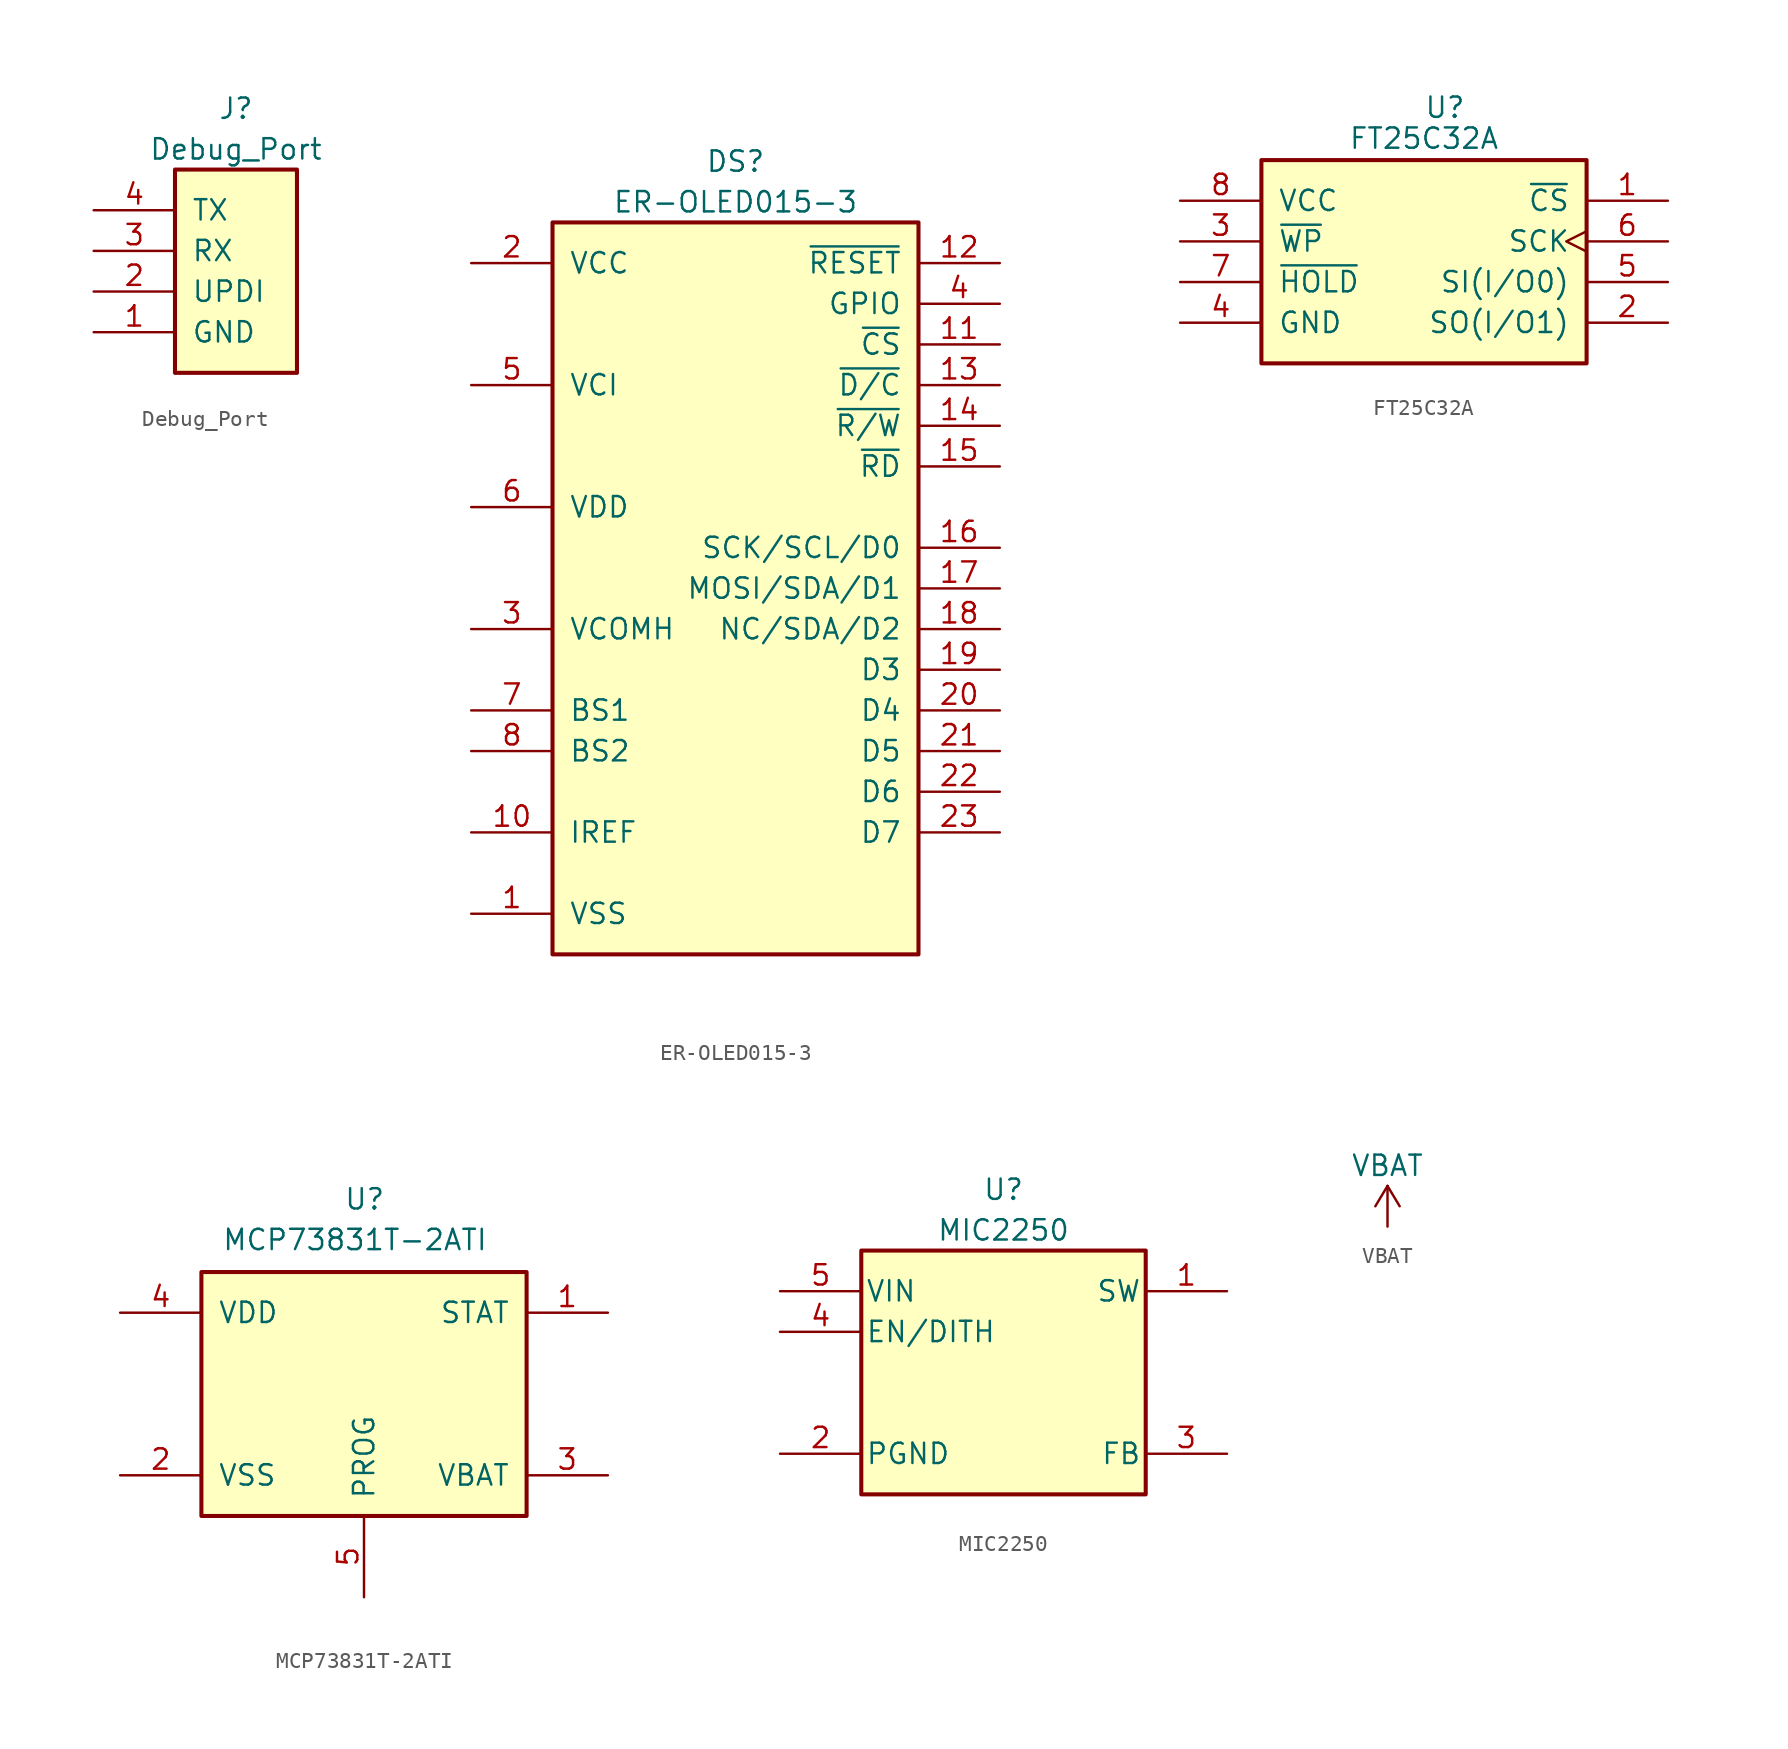
<source format=kicad_sym>
(kicad_symbol_lib
  (version 20211014)
  (generator kicad_symbol_editor)
  (symbol "Debug_Port"
    (pin_names
      (offset 1.016))
    (property "Reference" "J"
      (at -1.27 1.27 0)
      (effects (font (size 1.27 1.27))))
    (property "Value" "Debug_Port"
      (at -1.27 -1.27 0)
      (effects (font (size 1.27 1.27))))
    (symbol "Debug_Port_0_0"
      (pin power_in line (at -10.16 -12.7 0) (length 5.08) (name "GND" (effects (font (size 1.27 1.27)))) (number "1" (effects (font (size 1.27 1.27)))))
      (pin bidirectional line (at -10.16 -10.16 0) (length 5.08) (name "UPDI" (effects (font (size 1.27 1.27)))) (number "2" (effects (font (size 1.27 1.27)))))
      (pin input line (at -10.16 -7.62 0) (length 5.08) (name "RX" (effects (font (size 1.27 1.27)))) (number "3" (effects (font (size 1.27 1.27)))))
      (pin output line (at -10.16 -5.08 0) (length 5.08) (name "TX" (effects (font (size 1.27 1.27)))) (number "4" (effects (font (size 1.27 1.27))))))
    (symbol "Debug_Port_0_1"
      (rectangle (start -5.08 -2.54) (end 2.54 -15.24) (stroke (width 0.254) (type default) (color 0 0 0 0)) (fill (type background)))))
  (symbol "ER-OLED015-3"
    (pin_names
      (offset 1.016))
    (property "Reference" "DS"
      (at 2.54 11.43 0)
      (effects (font (size 1.27 1.27))))
    (property "Value" "ER-OLED015-3"
      (at 2.54 8.89 0)
      (effects (font (size 1.27 1.27))))
    (symbol "ER-OLED015-3_0_0"
      (pin power_in line (at -13.97 -35.56 0) (length 5.08) (name "VSS" (effects (font (size 1.27 1.27)))) (number "1" (effects (font (size 1.27 1.27)))))
      (pin input line (at -13.97 -30.48 0) (length 5.08) (name "IREF" (effects (font (size 1.27 1.27)))) (number "10" (effects (font (size 1.27 1.27)))))
      (pin input line (at 19.05 0 180) (length 5.08) (name "~{CS}" (effects (font (size 1.27 1.27)))) (number "11" (effects (font (size 1.27 1.27)))))
      (pin input line (at 19.05 5.08 180) (length 5.08) (name "~{RESET}" (effects (font (size 1.27 1.27)))) (number "12" (effects (font (size 1.27 1.27)))))
      (pin input line (at 19.05 -2.54 180) (length 5.08) (name "~{D/C}" (effects (font (size 1.27 1.27)))) (number "13" (effects (font (size 1.27 1.27)))))
      (pin input line (at 19.05 -5.08 180) (length 5.08) (name "~{R/W}" (effects (font (size 1.27 1.27)))) (number "14" (effects (font (size 1.27 1.27)))))
      (pin input line (at 19.05 -7.62 180) (length 5.08) (name "~{RD}" (effects (font (size 1.27 1.27)))) (number "15" (effects (font (size 1.27 1.27)))))
      (pin input line (at 19.05 -12.7 180) (length 5.08) (name "SCK/SCL/D0" (effects (font (size 1.27 1.27)))) (number "16" (effects (font (size 1.27 1.27)))))
      (pin input line (at 19.05 -15.24 180) (length 5.08) (name "MOSI/SDA/D1" (effects (font (size 1.27 1.27)))) (number "17" (effects (font (size 1.27 1.27)))))
      (pin input line (at 19.05 -17.78 180) (length 5.08) (name "NC/SDA/D2" (effects (font (size 1.27 1.27)))) (number "18" (effects (font (size 1.27 1.27)))))
      (pin input line (at 19.05 -20.32 180) (length 5.08) (name "D3" (effects (font (size 1.27 1.27)))) (number "19" (effects (font (size 1.27 1.27)))))
      (pin power_in line (at -13.97 5.08 0) (length 5.08) (name "VCC" (effects (font (size 1.27 1.27)))) (number "2" (effects (font (size 1.27 1.27)))))
      (pin input line (at 19.05 -22.86 180) (length 5.08) (name "D4" (effects (font (size 1.27 1.27)))) (number "20" (effects (font (size 1.27 1.27)))))
      (pin input line (at 19.05 -25.4 180) (length 5.08) (name "D5" (effects (font (size 1.27 1.27)))) (number "21" (effects (font (size 1.27 1.27)))))
      (pin input line (at 19.05 -27.94 180) (length 5.08) (name "D6" (effects (font (size 1.27 1.27)))) (number "22" (effects (font (size 1.27 1.27)))))
      (pin input line (at 19.05 -30.48 180) (length 5.08) (name "D7" (effects (font (size 1.27 1.27)))) (number "23" (effects (font (size 1.27 1.27)))))
      (pin power_in line (at -13.97 5.08 0) (length 5.08) hide (name "VCC" (effects (font (size 1.27 1.27)))) (number "24" (effects (font (size 1.27 1.27)))))
      (pin power_in line (at -13.97 -35.56 0) (length 5.08) hide (name "VSS" (effects (font (size 1.27 1.27)))) (number "25" (effects (font (size 1.27 1.27)))))
      (pin input line (at -13.97 -17.78 0) (length 5.08) (name "VCOMH" (effects (font (size 1.27 1.27)))) (number "3" (effects (font (size 1.27 1.27)))))
      (pin bidirectional line (at 19.05 2.54 180) (length 5.08) (name "GPIO" (effects (font (size 1.27 1.27)))) (number "4" (effects (font (size 1.27 1.27)))))
      (pin power_in line (at -13.97 -2.54 0) (length 5.08) (name "VCI" (effects (font (size 1.27 1.27)))) (number "5" (effects (font (size 1.27 1.27)))))
      (pin power_in line (at -13.97 -10.16 0) (length 5.08) (name "VDD" (effects (font (size 1.27 1.27)))) (number "6" (effects (font (size 1.27 1.27)))))
      (pin input line (at -13.97 -22.86 0) (length 5.08) (name "BS1" (effects (font (size 1.27 1.27)))) (number "7" (effects (font (size 1.27 1.27)))))
      (pin input line (at -13.97 -25.4 0) (length 5.08) (name "BS2" (effects (font (size 1.27 1.27)))) (number "8" (effects (font (size 1.27 1.27)))))
      (pin power_in line (at -13.97 -35.56 0) (length 5.08) hide (name "VSS" (effects (font (size 1.27 1.27)))) (number "9" (effects (font (size 1.27 1.27))))))
    (symbol "ER-OLED015-3_0_1"
      (rectangle (start -8.89 7.62) (end 13.97 -38.1) (stroke (width 0.254) (type default) (color 0 0 0 0)) (fill (type background)))))
  (symbol "FT25C32A"
    (pin_names
      (offset 1.016))
    (property "Reference" "U"
      (at 0 15.24 0)
      (effects (font (size 1.27 1.27)) (justify left bottom)))
    (property "Value" "FT25C32A"
      (at -4.724 13.31 0)
      (effects (font (size 1.27 1.27)) (justify left bottom)))
    (symbol "FT25C32A_0_0"
      (rectangle (start -10.16 0) (end 10.16 12.7) (stroke (width 0.254) (type default) (color 0 0 0 0)) (fill (type background)))
      (pin input line (at 15.24 10.16 180) (length 5.08) (name "~{CS}" (effects (font (size 1.27 1.27)))) (number "1" (effects (font (size 1.27 1.27)))))
      (pin bidirectional line (at 15.24 2.54 180) (length 5.08) (name "SO(I/O1)" (effects (font (size 1.27 1.27)))) (number "2" (effects (font (size 1.27 1.27)))))
      (pin input line (at -15.24 7.62 0) (length 5.08) (name "~{WP}" (effects (font (size 1.27 1.27)))) (number "3" (effects (font (size 1.27 1.27)))))
      (pin power_in line (at -15.24 2.54 0) (length 5.08) (name "GND" (effects (font (size 1.27 1.27)))) (number "4" (effects (font (size 1.27 1.27)))))
      (pin bidirectional line (at 15.24 5.08 180) (length 5.08) (name "SI(I/O0)" (effects (font (size 1.27 1.27)))) (number "5" (effects (font (size 1.27 1.27)))))
      (pin input clock (at 15.24 7.62 180) (length 5.08) (name "SCK" (effects (font (size 1.27 1.27)))) (number "6" (effects (font (size 1.27 1.27)))))
      (pin input line (at -15.24 5.08 0) (length 5.08) (name "~{HOLD}" (effects (font (size 1.27 1.27)))) (number "7" (effects (font (size 1.27 1.27)))))
      (pin power_in line (at -15.24 10.16 0) (length 5.08) (name "VCC" (effects (font (size 1.27 1.27)))) (number "8" (effects (font (size 1.27 1.27)))))))
  (symbol "MCP73831T-2ATI"
    (pin_names
      (offset 1.016))
    (property "Reference" "U"
      (at -1.27 11.43 0)
      (effects (font (size 1.27 1.27)) (justify left bottom)))
    (property "Value" "MCP73831T-2ATI"
      (at -8.89 8.89 0)
      (effects (font (size 1.27 1.27)) (justify left bottom)))
    (symbol "MCP73831T-2ATI_0_0"
      (rectangle (start -10.16 -7.62) (end 10.16 7.62) (stroke (width 0.254) (type default) (color 0 0 0 0)) (fill (type background)))
      (pin output line (at 15.24 5.08 180) (length 5.08) (name "STAT" (effects (font (size 1.27 1.27)))) (number "1" (effects (font (size 1.27 1.27)))))
      (pin power_in line (at -15.24 -5.08 0) (length 5.08) (name "VSS" (effects (font (size 1.27 1.27)))) (number "2" (effects (font (size 1.27 1.27)))))
      (pin output line (at 15.24 -5.08 180) (length 5.08) (name "VBAT" (effects (font (size 1.27 1.27)))) (number "3" (effects (font (size 1.27 1.27)))))
      (pin power_in line (at -15.24 5.08 0) (length 5.08) (name "VDD" (effects (font (size 1.27 1.27)))) (number "4" (effects (font (size 1.27 1.27)))))
      (pin input line (at 0 -12.7 90) (length 5.08) (name "PROG" (effects (font (size 1.27 1.27)))) (number "5" (effects (font (size 1.27 1.27)))))))
  (symbol "MIC2250"
    (pin_names
      (offset 0.254))
    (property "Reference" "U"
      (at 16.51 7.62 0)
      (effects (font (size 1.27 1.27))))
    (property "Value" "MIC2250"
      (at 16.51 5.08 0)
      (effects (font (size 1.27 1.27))))
    (property "Datasheet" ""
      (at 2.54 0 0)
      (effects (font (size 1.524 1.524))))
    (symbol "MIC2250_1_1"
      (rectangle (start 7.62 3.81) (end 25.4 -11.43) (stroke (width 0.254) (type default) (color 0 0 0 0)) (fill (type background)))
      (pin input line (at 30.48 1.27 180) (length 5.08) (name "SW" (effects (font (size 1.27 1.27)))) (number "1" (effects (font (size 1.27 1.27)))))
      (pin power_in line (at 2.54 -8.89 0) (length 5.08) (name "PGND" (effects (font (size 1.27 1.27)))) (number "2" (effects (font (size 1.27 1.27)))))
      (pin input line (at 30.48 -8.89 180) (length 5.08) (name "FB" (effects (font (size 1.27 1.27)))) (number "3" (effects (font (size 1.27 1.27)))))
      (pin input line (at 2.54 -1.27 0) (length 5.08) (name "EN/DITH" (effects (font (size 1.27 1.27)))) (number "4" (effects (font (size 1.27 1.27)))))
      (pin input line (at 2.54 1.27 0) (length 5.08) (name "VIN" (effects (font (size 1.27 1.27)))) (number "5" (effects (font (size 1.27 1.27)))))))
  (symbol "VBAT"
    (power)
    (pin_names
      (offset 0))
    (property "Reference" "#PWR"
      (at 0 -3.81 0)
      (effects (font (size 1.27 1.27)) hide))
    (property "Value" "VBAT"
      (at 0 3.81 0)
      (effects (font (size 1.27 1.27))))
    (symbol "VBAT_0_1"
      (polyline (pts (xy -0.762 1.27) (xy 0 2.54)) (stroke (width 0) (type default) (color 0 0 0 0)) (fill (type none)))
      (polyline (pts (xy 0 0) (xy 0 2.54)) (stroke (width 0) (type default) (color 0 0 0 0)) (fill (type none)))
      (polyline (pts (xy 0 2.54) (xy 0.762 1.27)) (stroke (width 0) (type default) (color 0 0 0 0)) (fill (type none))))
    (symbol "VBAT_1_1"
      (pin power_in line (at 0 0 90) (length 0) hide (name "VBAT" (effects (font (size 1.27 1.27)))) (number "1" (effects (font (size 1.27 1.27))))))))
</source>
